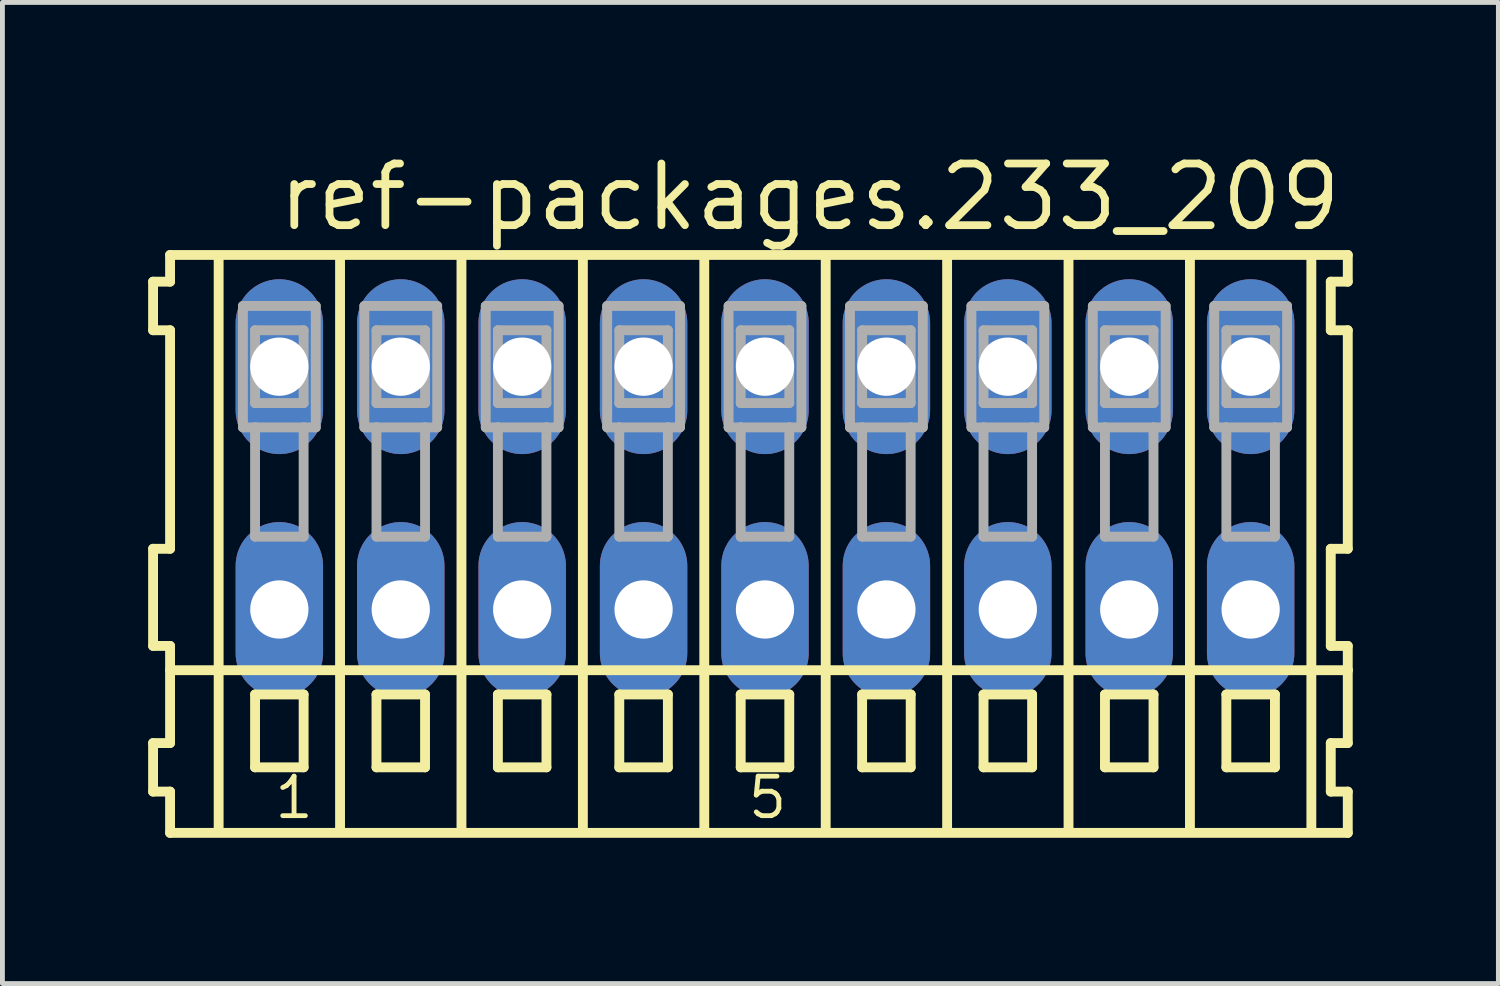
<source format=kicad_pcb>
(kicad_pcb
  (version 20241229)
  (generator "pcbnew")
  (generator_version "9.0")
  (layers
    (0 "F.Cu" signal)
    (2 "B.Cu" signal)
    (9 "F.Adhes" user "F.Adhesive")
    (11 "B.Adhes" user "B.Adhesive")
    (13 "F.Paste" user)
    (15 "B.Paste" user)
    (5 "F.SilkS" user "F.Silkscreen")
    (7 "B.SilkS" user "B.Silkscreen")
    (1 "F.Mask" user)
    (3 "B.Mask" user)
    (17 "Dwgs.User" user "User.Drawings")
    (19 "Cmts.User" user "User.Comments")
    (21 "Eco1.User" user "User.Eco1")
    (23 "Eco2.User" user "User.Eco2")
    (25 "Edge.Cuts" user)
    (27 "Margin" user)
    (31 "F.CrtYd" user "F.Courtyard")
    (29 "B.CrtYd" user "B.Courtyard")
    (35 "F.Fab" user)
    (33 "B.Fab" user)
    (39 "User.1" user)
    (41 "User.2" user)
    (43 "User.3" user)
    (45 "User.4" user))
  (footprint "ref-packages.233_209"
    (layer "F.Cu")
    (at 12.702 7)
    (property "Reference" "ref-packages.233_209" (at -10.1 -5.25 0) (layer "F.SilkS") (effects (font (size 1.27 1.27) (thickness 0.16)) (justify left bottom)))
    (attr through_hole)
    (fp_line (start -12.6 -4.25) (end -12.6 -3.25) (stroke (width 0.203) (type default)) (layer "F.SilkS"))
    (fp_line (start -12.6 -3.25) (end -12.25 -3.25) (stroke (width 0.203) (type default)) (layer "F.SilkS"))
    (fp_line (start -12.6 1.25) (end -12.6 3.25) (stroke (width 0.203) (type default)) (layer "F.SilkS"))
    (fp_line (start -12.6 3.25) (end -12.25 3.25) (stroke (width 0.203) (type default)) (layer "F.SilkS"))
    (fp_line (start -12.6 5.25) (end -12.6 6.25) (stroke (width 0.203) (type default)) (layer "F.SilkS"))
    (fp_line (start -12.6 6.25) (end -12.25 6.25) (stroke (width 0.203) (type default)) (layer "F.SilkS"))
    (fp_line (start -12.25 -4.8) (end -12.25 -4.25) (stroke (width 0.203) (type default)) (layer "F.SilkS"))
    (fp_line (start -12.25 -4.25) (end -12.6 -4.25) (stroke (width 0.203) (type default)) (layer "F.SilkS"))
    (fp_line (start -12.25 -3.25) (end -12.25 1.25) (stroke (width 0.203) (type default)) (layer "F.SilkS"))
    (fp_line (start -12.25 1.25) (end -12.6 1.25) (stroke (width 0.203) (type default)) (layer "F.SilkS"))
    (fp_line (start -12.25 3.25) (end -12.25 5.25) (stroke (width 0.203) (type default)) (layer "F.SilkS"))
    (fp_line (start -12.25 3.75) (end 12 3.75) (stroke (width 0.203) (type default)) (layer "F.SilkS"))
    (fp_line (start -12.25 5.25) (end -12.6 5.25) (stroke (width 0.203) (type default)) (layer "F.SilkS"))
    (fp_line (start -12.25 6.25) (end -12.25 7.1) (stroke (width 0.203) (type default)) (layer "F.SilkS"))
    (fp_line (start -12.25 7.1) (end 12 7.1) (stroke (width 0.203) (type default)) (layer "F.SilkS"))
    (fp_line (start -11.25 -4.75) (end -11.25 7) (stroke (width 0.203) (type default)) (layer "F.SilkS"))
    (fp_line (start -10.5 4.25) (end -10.5 5.75) (stroke (width 0.203) (type default)) (layer "F.SilkS"))
    (fp_line (start -10.5 5.75) (end -9.5 5.75) (stroke (width 0.203) (type default)) (layer "F.SilkS"))
    (fp_line (start -9.5 4.25) (end -10.5 4.25) (stroke (width 0.203) (type default)) (layer "F.SilkS"))
    (fp_line (start -9.5 5.75) (end -9.5 4.25) (stroke (width 0.203) (type default)) (layer "F.SilkS"))
    (fp_line (start -8.75 -4.75) (end -8.75 7) (stroke (width 0.203) (type default)) (layer "F.SilkS"))
    (fp_line (start -8 4.25) (end -8 5.75) (stroke (width 0.203) (type default)) (layer "F.SilkS"))
    (fp_line (start -8 5.75) (end -7 5.75) (stroke (width 0.203) (type default)) (layer "F.SilkS"))
    (fp_line (start -7 4.25) (end -8 4.25) (stroke (width 0.203) (type default)) (layer "F.SilkS"))
    (fp_line (start -7 5.75) (end -7 4.25) (stroke (width 0.203) (type default)) (layer "F.SilkS"))
    (fp_line (start -6.25 -4.75) (end -6.25 7) (stroke (width 0.203) (type default)) (layer "F.SilkS"))
    (fp_line (start -5.5 4.25) (end -5.5 5.75) (stroke (width 0.203) (type default)) (layer "F.SilkS"))
    (fp_line (start -5.5 5.75) (end -4.5 5.75) (stroke (width 0.203) (type default)) (layer "F.SilkS"))
    (fp_line (start -4.5 4.25) (end -5.5 4.25) (stroke (width 0.203) (type default)) (layer "F.SilkS"))
    (fp_line (start -4.5 5.75) (end -4.5 4.25) (stroke (width 0.203) (type default)) (layer "F.SilkS"))
    (fp_line (start -3.75 -4.75) (end -3.75 7) (stroke (width 0.203) (type default)) (layer "F.SilkS"))
    (fp_line (start -3 4.25) (end -3 5.75) (stroke (width 0.203) (type default)) (layer "F.SilkS"))
    (fp_line (start -3 5.75) (end -2 5.75) (stroke (width 0.203) (type default)) (layer "F.SilkS"))
    (fp_line (start -2 4.25) (end -3 4.25) (stroke (width 0.203) (type default)) (layer "F.SilkS"))
    (fp_line (start -2 5.75) (end -2 4.25) (stroke (width 0.203) (type default)) (layer "F.SilkS"))
    (fp_line (start -1.25 -4.75) (end -1.25 7) (stroke (width 0.203) (type default)) (layer "F.SilkS"))
    (fp_line (start -0.5 4.25) (end -0.5 5.75) (stroke (width 0.203) (type default)) (layer "F.SilkS"))
    (fp_line (start -0.5 5.75) (end 0.5 5.75) (stroke (width 0.203) (type default)) (layer "F.SilkS"))
    (fp_line (start 0.5 4.25) (end -0.5 4.25) (stroke (width 0.203) (type default)) (layer "F.SilkS"))
    (fp_line (start 0.5 5.75) (end 0.5 4.25) (stroke (width 0.203) (type default)) (layer "F.SilkS"))
    (fp_line (start 1.25 -4.75) (end 1.25 7) (stroke (width 0.203) (type default)) (layer "F.SilkS"))
    (fp_line (start 2 4.25) (end 2 5.75) (stroke (width 0.203) (type default)) (layer "F.SilkS"))
    (fp_line (start 2 5.75) (end 3 5.75) (stroke (width 0.203) (type default)) (layer "F.SilkS"))
    (fp_line (start 3 4.25) (end 2 4.25) (stroke (width 0.203) (type default)) (layer "F.SilkS"))
    (fp_line (start 3 5.75) (end 3 4.25) (stroke (width 0.203) (type default)) (layer "F.SilkS"))
    (fp_line (start 3.75 -4.75) (end 3.75 7) (stroke (width 0.203) (type default)) (layer "F.SilkS"))
    (fp_line (start 4.5 4.25) (end 4.5 5.75) (stroke (width 0.203) (type default)) (layer "F.SilkS"))
    (fp_line (start 4.5 5.75) (end 5.5 5.75) (stroke (width 0.203) (type default)) (layer "F.SilkS"))
    (fp_line (start 5.5 4.25) (end 4.5 4.25) (stroke (width 0.203) (type default)) (layer "F.SilkS"))
    (fp_line (start 5.5 5.75) (end 5.5 4.25) (stroke (width 0.203) (type default)) (layer "F.SilkS"))
    (fp_line (start 6.25 -4.75) (end 6.25 7) (stroke (width 0.203) (type default)) (layer "F.SilkS"))
    (fp_line (start 7 4.25) (end 7 5.75) (stroke (width 0.203) (type default)) (layer "F.SilkS"))
    (fp_line (start 7 5.75) (end 8 5.75) (stroke (width 0.203) (type default)) (layer "F.SilkS"))
    (fp_line (start 8 4.25) (end 7 4.25) (stroke (width 0.203) (type default)) (layer "F.SilkS"))
    (fp_line (start 8 5.75) (end 8 4.25) (stroke (width 0.203) (type default)) (layer "F.SilkS"))
    (fp_line (start 8.75 -4.75) (end 8.75 7) (stroke (width 0.203) (type default)) (layer "F.SilkS"))
    (fp_line (start 9.5 4.25) (end 9.5 5.75) (stroke (width 0.203) (type default)) (layer "F.SilkS"))
    (fp_line (start 9.5 5.75) (end 10.5 5.75) (stroke (width 0.203) (type default)) (layer "F.SilkS"))
    (fp_line (start 10.5 4.25) (end 9.5 4.25) (stroke (width 0.203) (type default)) (layer "F.SilkS"))
    (fp_line (start 10.5 5.75) (end 10.5 4.25) (stroke (width 0.203) (type default)) (layer "F.SilkS"))
    (fp_line (start 11.25 -4.75) (end 11.25 7) (stroke (width 0.203) (type default)) (layer "F.SilkS"))
    (fp_line (start 11.65 -4.25) (end 11.65 -3.25) (stroke (width 0.203) (type default)) (layer "F.SilkS"))
    (fp_line (start 11.65 -3.25) (end 12 -3.25) (stroke (width 0.203) (type default)) (layer "F.SilkS"))
    (fp_line (start 11.65 1.25) (end 11.65 3.25) (stroke (width 0.203) (type default)) (layer "F.SilkS"))
    (fp_line (start 11.65 3.25) (end 12 3.25) (stroke (width 0.203) (type default)) (layer "F.SilkS"))
    (fp_line (start 11.65 5.25) (end 11.65 6.25) (stroke (width 0.203) (type default)) (layer "F.SilkS"))
    (fp_line (start 11.65 6.25) (end 12 6.25) (stroke (width 0.203) (type default)) (layer "F.SilkS"))
    (fp_line (start 12 -4.8) (end -12.25 -4.8) (stroke (width 0.203) (type default)) (layer "F.SilkS"))
    (fp_line (start 12 -4.25) (end 11.65 -4.25) (stroke (width 0.203) (type default)) (layer "F.SilkS"))
    (fp_line (start 12 -4.25) (end 12 -4.8) (stroke (width 0.203) (type default)) (layer "F.SilkS"))
    (fp_line (start 12 1.25) (end 11.65 1.25) (stroke (width 0.203) (type default)) (layer "F.SilkS"))
    (fp_line (start 12 1.25) (end 12 -3.25) (stroke (width 0.203) (type default)) (layer "F.SilkS"))
    (fp_line (start 12 3.75) (end 12 3.25) (stroke (width 0.203) (type default)) (layer "F.SilkS"))
    (fp_line (start 12 5.25) (end 11.65 5.25) (stroke (width 0.203) (type default)) (layer "F.SilkS"))
    (fp_line (start 12 5.25) (end 12 3.75) (stroke (width 0.203) (type default)) (layer "F.SilkS"))
    (fp_line (start 12 7.1) (end 12 6.25) (stroke (width 0.203) (type default)) (layer "F.SilkS"))
    (fp_line (start -10.75 -3.75) (end -10.75 -1.25) (stroke (width 0.203) (type default)) (layer "F.Fab"))
    (fp_line (start -10.75 -1.25) (end -10.5 -1.25) (stroke (width 0.203) (type default)) (layer "F.Fab"))
    (fp_line (start -10.5 -3.25) (end -10.5 -1.75) (stroke (width 0.203) (type default)) (layer "F.Fab"))
    (fp_line (start -10.5 -1.75) (end -9.5 -1.75) (stroke (width 0.203) (type default)) (layer "F.Fab"))
    (fp_line (start -10.5 -1.25) (end -10.5 1) (stroke (width 0.203) (type default)) (layer "F.Fab"))
    (fp_line (start -10.5 -1.25) (end -9.5 -1.25) (stroke (width 0.203) (type default)) (layer "F.Fab"))
    (fp_line (start -10.5 1) (end -9.5 1) (stroke (width 0.203) (type default)) (layer "F.Fab"))
    (fp_line (start -9.5 -3.25) (end -10.5 -3.25) (stroke (width 0.203) (type default)) (layer "F.Fab"))
    (fp_line (start -9.5 -1.75) (end -9.5 -3.25) (stroke (width 0.203) (type default)) (layer "F.Fab"))
    (fp_line (start -9.5 -1.25) (end -9.25 -1.25) (stroke (width 0.203) (type default)) (layer "F.Fab"))
    (fp_line (start -9.5 1) (end -9.5 -1.25) (stroke (width 0.203) (type default)) (layer "F.Fab"))
    (fp_line (start -9.25 -3.75) (end -10.75 -3.75) (stroke (width 0.203) (type default)) (layer "F.Fab"))
    (fp_line (start -9.25 -1.25) (end -9.25 -3.75) (stroke (width 0.203) (type default)) (layer "F.Fab"))
    (fp_line (start -8.25 -3.75) (end -8.25 -1.25) (stroke (width 0.203) (type default)) (layer "F.Fab"))
    (fp_line (start -8.25 -1.25) (end -8 -1.25) (stroke (width 0.203) (type default)) (layer "F.Fab"))
    (fp_line (start -8 -3.25) (end -8 -1.75) (stroke (width 0.203) (type default)) (layer "F.Fab"))
    (fp_line (start -8 -1.75) (end -7 -1.75) (stroke (width 0.203) (type default)) (layer "F.Fab"))
    (fp_line (start -8 -1.25) (end -8 1) (stroke (width 0.203) (type default)) (layer "F.Fab"))
    (fp_line (start -8 -1.25) (end -7 -1.25) (stroke (width 0.203) (type default)) (layer "F.Fab"))
    (fp_line (start -8 1) (end -7 1) (stroke (width 0.203) (type default)) (layer "F.Fab"))
    (fp_line (start -7 -3.25) (end -8 -3.25) (stroke (width 0.203) (type default)) (layer "F.Fab"))
    (fp_line (start -7 -1.75) (end -7 -3.25) (stroke (width 0.203) (type default)) (layer "F.Fab"))
    (fp_line (start -7 -1.25) (end -6.75 -1.25) (stroke (width 0.203) (type default)) (layer "F.Fab"))
    (fp_line (start -7 1) (end -7 -1.25) (stroke (width 0.203) (type default)) (layer "F.Fab"))
    (fp_line (start -6.75 -3.75) (end -8.25 -3.75) (stroke (width 0.203) (type default)) (layer "F.Fab"))
    (fp_line (start -6.75 -1.25) (end -6.75 -3.75) (stroke (width 0.203) (type default)) (layer "F.Fab"))
    (fp_line (start -5.75 -3.75) (end -5.75 -1.25) (stroke (width 0.203) (type default)) (layer "F.Fab"))
    (fp_line (start -5.75 -1.25) (end -5.5 -1.25) (stroke (width 0.203) (type default)) (layer "F.Fab"))
    (fp_line (start -5.5 -3.25) (end -5.5 -1.75) (stroke (width 0.203) (type default)) (layer "F.Fab"))
    (fp_line (start -5.5 -1.75) (end -4.5 -1.75) (stroke (width 0.203) (type default)) (layer "F.Fab"))
    (fp_line (start -5.5 -1.25) (end -5.5 1) (stroke (width 0.203) (type default)) (layer "F.Fab"))
    (fp_line (start -5.5 -1.25) (end -4.5 -1.25) (stroke (width 0.203) (type default)) (layer "F.Fab"))
    (fp_line (start -5.5 1) (end -4.5 1) (stroke (width 0.203) (type default)) (layer "F.Fab"))
    (fp_line (start -4.5 -3.25) (end -5.5 -3.25) (stroke (width 0.203) (type default)) (layer "F.Fab"))
    (fp_line (start -4.5 -1.75) (end -4.5 -3.25) (stroke (width 0.203) (type default)) (layer "F.Fab"))
    (fp_line (start -4.5 -1.25) (end -4.25 -1.25) (stroke (width 0.203) (type default)) (layer "F.Fab"))
    (fp_line (start -4.5 1) (end -4.5 -1.25) (stroke (width 0.203) (type default)) (layer "F.Fab"))
    (fp_line (start -4.25 -3.75) (end -5.75 -3.75) (stroke (width 0.203) (type default)) (layer "F.Fab"))
    (fp_line (start -4.25 -1.25) (end -4.25 -3.75) (stroke (width 0.203) (type default)) (layer "F.Fab"))
    (fp_line (start -3.25 -3.75) (end -3.25 -1.25) (stroke (width 0.203) (type default)) (layer "F.Fab"))
    (fp_line (start -3.25 -1.25) (end -3 -1.25) (stroke (width 0.203) (type default)) (layer "F.Fab"))
    (fp_line (start -3 -3.25) (end -3 -1.75) (stroke (width 0.203) (type default)) (layer "F.Fab"))
    (fp_line (start -3 -1.75) (end -2 -1.75) (stroke (width 0.203) (type default)) (layer "F.Fab"))
    (fp_line (start -3 -1.25) (end -3 1) (stroke (width 0.203) (type default)) (layer "F.Fab"))
    (fp_line (start -3 -1.25) (end -2 -1.25) (stroke (width 0.203) (type default)) (layer "F.Fab"))
    (fp_line (start -3 1) (end -2 1) (stroke (width 0.203) (type default)) (layer "F.Fab"))
    (fp_line (start -2 -3.25) (end -3 -3.25) (stroke (width 0.203) (type default)) (layer "F.Fab"))
    (fp_line (start -2 -1.75) (end -2 -3.25) (stroke (width 0.203) (type default)) (layer "F.Fab"))
    (fp_line (start -2 -1.25) (end -1.75 -1.25) (stroke (width 0.203) (type default)) (layer "F.Fab"))
    (fp_line (start -2 1) (end -2 -1.25) (stroke (width 0.203) (type default)) (layer "F.Fab"))
    (fp_line (start -1.75 -3.75) (end -3.25 -3.75) (stroke (width 0.203) (type default)) (layer "F.Fab"))
    (fp_line (start -1.75 -1.25) (end -1.75 -3.75) (stroke (width 0.203) (type default)) (layer "F.Fab"))
    (fp_line (start -0.75 -3.75) (end -0.75 -1.25) (stroke (width 0.203) (type default)) (layer "F.Fab"))
    (fp_line (start -0.75 -1.25) (end -0.5 -1.25) (stroke (width 0.203) (type default)) (layer "F.Fab"))
    (fp_line (start -0.5 -3.25) (end -0.5 -1.75) (stroke (width 0.203) (type default)) (layer "F.Fab"))
    (fp_line (start -0.5 -1.75) (end 0.5 -1.75) (stroke (width 0.203) (type default)) (layer "F.Fab"))
    (fp_line (start -0.5 -1.25) (end -0.5 1) (stroke (width 0.203) (type default)) (layer "F.Fab"))
    (fp_line (start -0.5 -1.25) (end 0.5 -1.25) (stroke (width 0.203) (type default)) (layer "F.Fab"))
    (fp_line (start -0.5 1) (end 0.5 1) (stroke (width 0.203) (type default)) (layer "F.Fab"))
    (fp_line (start 0.5 -3.25) (end -0.5 -3.25) (stroke (width 0.203) (type default)) (layer "F.Fab"))
    (fp_line (start 0.5 -1.75) (end 0.5 -3.25) (stroke (width 0.203) (type default)) (layer "F.Fab"))
    (fp_line (start 0.5 -1.25) (end 0.75 -1.25) (stroke (width 0.203) (type default)) (layer "F.Fab"))
    (fp_line (start 0.5 1) (end 0.5 -1.25) (stroke (width 0.203) (type default)) (layer "F.Fab"))
    (fp_line (start 0.75 -3.75) (end -0.75 -3.75) (stroke (width 0.203) (type default)) (layer "F.Fab"))
    (fp_line (start 0.75 -1.25) (end 0.75 -3.75) (stroke (width 0.203) (type default)) (layer "F.Fab"))
    (fp_line (start 1.75 -3.75) (end 1.75 -1.25) (stroke (width 0.203) (type default)) (layer "F.Fab"))
    (fp_line (start 1.75 -1.25) (end 2 -1.25) (stroke (width 0.203) (type default)) (layer "F.Fab"))
    (fp_line (start 2 -3.25) (end 2 -1.75) (stroke (width 0.203) (type default)) (layer "F.Fab"))
    (fp_line (start 2 -1.75) (end 3 -1.75) (stroke (width 0.203) (type default)) (layer "F.Fab"))
    (fp_line (start 2 -1.25) (end 2 1) (stroke (width 0.203) (type default)) (layer "F.Fab"))
    (fp_line (start 2 -1.25) (end 3 -1.25) (stroke (width 0.203) (type default)) (layer "F.Fab"))
    (fp_line (start 2 1) (end 3 1) (stroke (width 0.203) (type default)) (layer "F.Fab"))
    (fp_line (start 3 -3.25) (end 2 -3.25) (stroke (width 0.203) (type default)) (layer "F.Fab"))
    (fp_line (start 3 -1.75) (end 3 -3.25) (stroke (width 0.203) (type default)) (layer "F.Fab"))
    (fp_line (start 3 -1.25) (end 3.25 -1.25) (stroke (width 0.203) (type default)) (layer "F.Fab"))
    (fp_line (start 3 1) (end 3 -1.25) (stroke (width 0.203) (type default)) (layer "F.Fab"))
    (fp_line (start 3.25 -3.75) (end 1.75 -3.75) (stroke (width 0.203) (type default)) (layer "F.Fab"))
    (fp_line (start 3.25 -1.25) (end 3.25 -3.75) (stroke (width 0.203) (type default)) (layer "F.Fab"))
    (fp_line (start 4.25 -3.75) (end 4.25 -1.25) (stroke (width 0.203) (type default)) (layer "F.Fab"))
    (fp_line (start 4.25 -1.25) (end 4.5 -1.25) (stroke (width 0.203) (type default)) (layer "F.Fab"))
    (fp_line (start 4.5 -3.25) (end 4.5 -1.75) (stroke (width 0.203) (type default)) (layer "F.Fab"))
    (fp_line (start 4.5 -1.75) (end 5.5 -1.75) (stroke (width 0.203) (type default)) (layer "F.Fab"))
    (fp_line (start 4.5 -1.25) (end 4.5 1) (stroke (width 0.203) (type default)) (layer "F.Fab"))
    (fp_line (start 4.5 -1.25) (end 5.5 -1.25) (stroke (width 0.203) (type default)) (layer "F.Fab"))
    (fp_line (start 4.5 1) (end 5.5 1) (stroke (width 0.203) (type default)) (layer "F.Fab"))
    (fp_line (start 5.5 -3.25) (end 4.5 -3.25) (stroke (width 0.203) (type default)) (layer "F.Fab"))
    (fp_line (start 5.5 -1.75) (end 5.5 -3.25) (stroke (width 0.203) (type default)) (layer "F.Fab"))
    (fp_line (start 5.5 -1.25) (end 5.75 -1.25) (stroke (width 0.203) (type default)) (layer "F.Fab"))
    (fp_line (start 5.5 1) (end 5.5 -1.25) (stroke (width 0.203) (type default)) (layer "F.Fab"))
    (fp_line (start 5.75 -3.75) (end 4.25 -3.75) (stroke (width 0.203) (type default)) (layer "F.Fab"))
    (fp_line (start 5.75 -1.25) (end 5.75 -3.75) (stroke (width 0.203) (type default)) (layer "F.Fab"))
    (fp_line (start 6.75 -3.75) (end 6.75 -1.25) (stroke (width 0.203) (type default)) (layer "F.Fab"))
    (fp_line (start 6.75 -1.25) (end 7 -1.25) (stroke (width 0.203) (type default)) (layer "F.Fab"))
    (fp_line (start 7 -3.25) (end 7 -1.75) (stroke (width 0.203) (type default)) (layer "F.Fab"))
    (fp_line (start 7 -1.75) (end 8 -1.75) (stroke (width 0.203) (type default)) (layer "F.Fab"))
    (fp_line (start 7 -1.25) (end 7 1) (stroke (width 0.203) (type default)) (layer "F.Fab"))
    (fp_line (start 7 -1.25) (end 8 -1.25) (stroke (width 0.203) (type default)) (layer "F.Fab"))
    (fp_line (start 7 1) (end 8 1) (stroke (width 0.203) (type default)) (layer "F.Fab"))
    (fp_line (start 8 -3.25) (end 7 -3.25) (stroke (width 0.203) (type default)) (layer "F.Fab"))
    (fp_line (start 8 -1.75) (end 8 -3.25) (stroke (width 0.203) (type default)) (layer "F.Fab"))
    (fp_line (start 8 -1.25) (end 8.25 -1.25) (stroke (width 0.203) (type default)) (layer "F.Fab"))
    (fp_line (start 8 1) (end 8 -1.25) (stroke (width 0.203) (type default)) (layer "F.Fab"))
    (fp_line (start 8.25 -3.75) (end 6.75 -3.75) (stroke (width 0.203) (type default)) (layer "F.Fab"))
    (fp_line (start 8.25 -1.25) (end 8.25 -3.75) (stroke (width 0.203) (type default)) (layer "F.Fab"))
    (fp_line (start 9.25 -3.75) (end 9.25 -1.25) (stroke (width 0.203) (type default)) (layer "F.Fab"))
    (fp_line (start 9.25 -1.25) (end 9.5 -1.25) (stroke (width 0.203) (type default)) (layer "F.Fab"))
    (fp_line (start 9.5 -3.25) (end 9.5 -1.75) (stroke (width 0.203) (type default)) (layer "F.Fab"))
    (fp_line (start 9.5 -1.75) (end 10.5 -1.75) (stroke (width 0.203) (type default)) (layer "F.Fab"))
    (fp_line (start 9.5 -1.25) (end 9.5 1) (stroke (width 0.203) (type default)) (layer "F.Fab"))
    (fp_line (start 9.5 -1.25) (end 10.5 -1.25) (stroke (width 0.203) (type default)) (layer "F.Fab"))
    (fp_line (start 9.5 1) (end 10.5 1) (stroke (width 0.203) (type default)) (layer "F.Fab"))
    (fp_line (start 10.5 -3.25) (end 9.5 -3.25) (stroke (width 0.203) (type default)) (layer "F.Fab"))
    (fp_line (start 10.5 -1.75) (end 10.5 -3.25) (stroke (width 0.203) (type default)) (layer "F.Fab"))
    (fp_line (start 10.5 -1.25) (end 10.75 -1.25) (stroke (width 0.203) (type default)) (layer "F.Fab"))
    (fp_line (start 10.5 1) (end 10.5 -1.25) (stroke (width 0.203) (type default)) (layer "F.Fab"))
    (fp_line (start 10.75 -3.75) (end 9.25 -3.75) (stroke (width 0.203) (type default)) (layer "F.Fab"))
    (fp_line (start 10.75 -1.25) (end 10.75 -3.75) (stroke (width 0.203) (type default)) (layer "F.Fab"))
    (fp_text user "5" (at -0.4 6.85 0) (layer "F.SilkS") (effects (font (size 0.813 0.813) (thickness 0.1)) (justify left bottom)))
    (fp_text user "1" (at -10.15 6.85 0) (layer "F.SilkS") (effects (font (size 0.813 0.813) (thickness 0.1)) (justify left bottom)))
    (pad "A1" thru_hole oval (at -10 -2.5 90) (size 3.6 1.8) (drill 1.2) (layers "*.Cu" "*.Mask"))
    (pad "A2" thru_hole oval (at -7.5 -2.5 90) (size 3.6 1.8) (drill 1.2) (layers "*.Cu" "*.Mask"))
    (pad "A3" thru_hole oval (at -5 -2.5 90) (size 3.6 1.8) (drill 1.2) (layers "*.Cu" "*.Mask"))
    (pad "A4" thru_hole oval (at -2.5 -2.5 90) (size 3.6 1.8) (drill 1.2) (layers "*.Cu" "*.Mask"))
    (pad "A5" thru_hole oval (at 0 -2.5 90) (size 3.6 1.8) (drill 1.2) (layers "*.Cu" "*.Mask"))
    (pad "A6" thru_hole oval (at 2.5 -2.5 90) (size 3.6 1.8) (drill 1.2) (layers "*.Cu" "*.Mask"))
    (pad "A7" thru_hole oval (at 5 -2.5 90) (size 3.6 1.8) (drill 1.2) (layers "*.Cu" "*.Mask"))
    (pad "A8" thru_hole oval (at 7.5 -2.5 90) (size 3.6 1.8) (drill 1.2) (layers "*.Cu" "*.Mask"))
    (pad "A9" thru_hole oval (at 10 -2.5 90) (size 3.6 1.8) (drill 1.2) (layers "*.Cu" "*.Mask"))
    (pad "B1" thru_hole oval (at -10 2.5 90) (size 3.6 1.8) (drill 1.2) (layers "*.Cu" "*.Mask"))
    (pad "B2" thru_hole oval (at -7.5 2.5 90) (size 3.6 1.8) (drill 1.2) (layers "*.Cu" "*.Mask"))
    (pad "B3" thru_hole oval (at -5 2.5 90) (size 3.6 1.8) (drill 1.2) (layers "*.Cu" "*.Mask"))
    (pad "B4" thru_hole oval (at -2.5 2.5 90) (size 3.6 1.8) (drill 1.2) (layers "*.Cu" "*.Mask"))
    (pad "B5" thru_hole oval (at 0 2.5 90) (size 3.6 1.8) (drill 1.2) (layers "*.Cu" "*.Mask"))
    (pad "B6" thru_hole oval (at 2.5 2.5 90) (size 3.6 1.8) (drill 1.2) (layers "*.Cu" "*.Mask"))
    (pad "B7" thru_hole oval (at 5 2.5 90) (size 3.6 1.8) (drill 1.2) (layers "*.Cu" "*.Mask"))
    (pad "B8" thru_hole oval (at 7.5 2.5 90) (size 3.6 1.8) (drill 1.2) (layers "*.Cu" "*.Mask"))
    (pad "B9" thru_hole oval (at 10 2.5 90) (size 3.6 1.8) (drill 1.2) (layers "*.Cu" "*.Mask")))
  (gr_rect
    (start -3 -3)
    (end 27.803 17.202)
    (stroke (width 0.1) (type default))
    (fill no)
    (layer "Edge.Cuts")))
</source>
